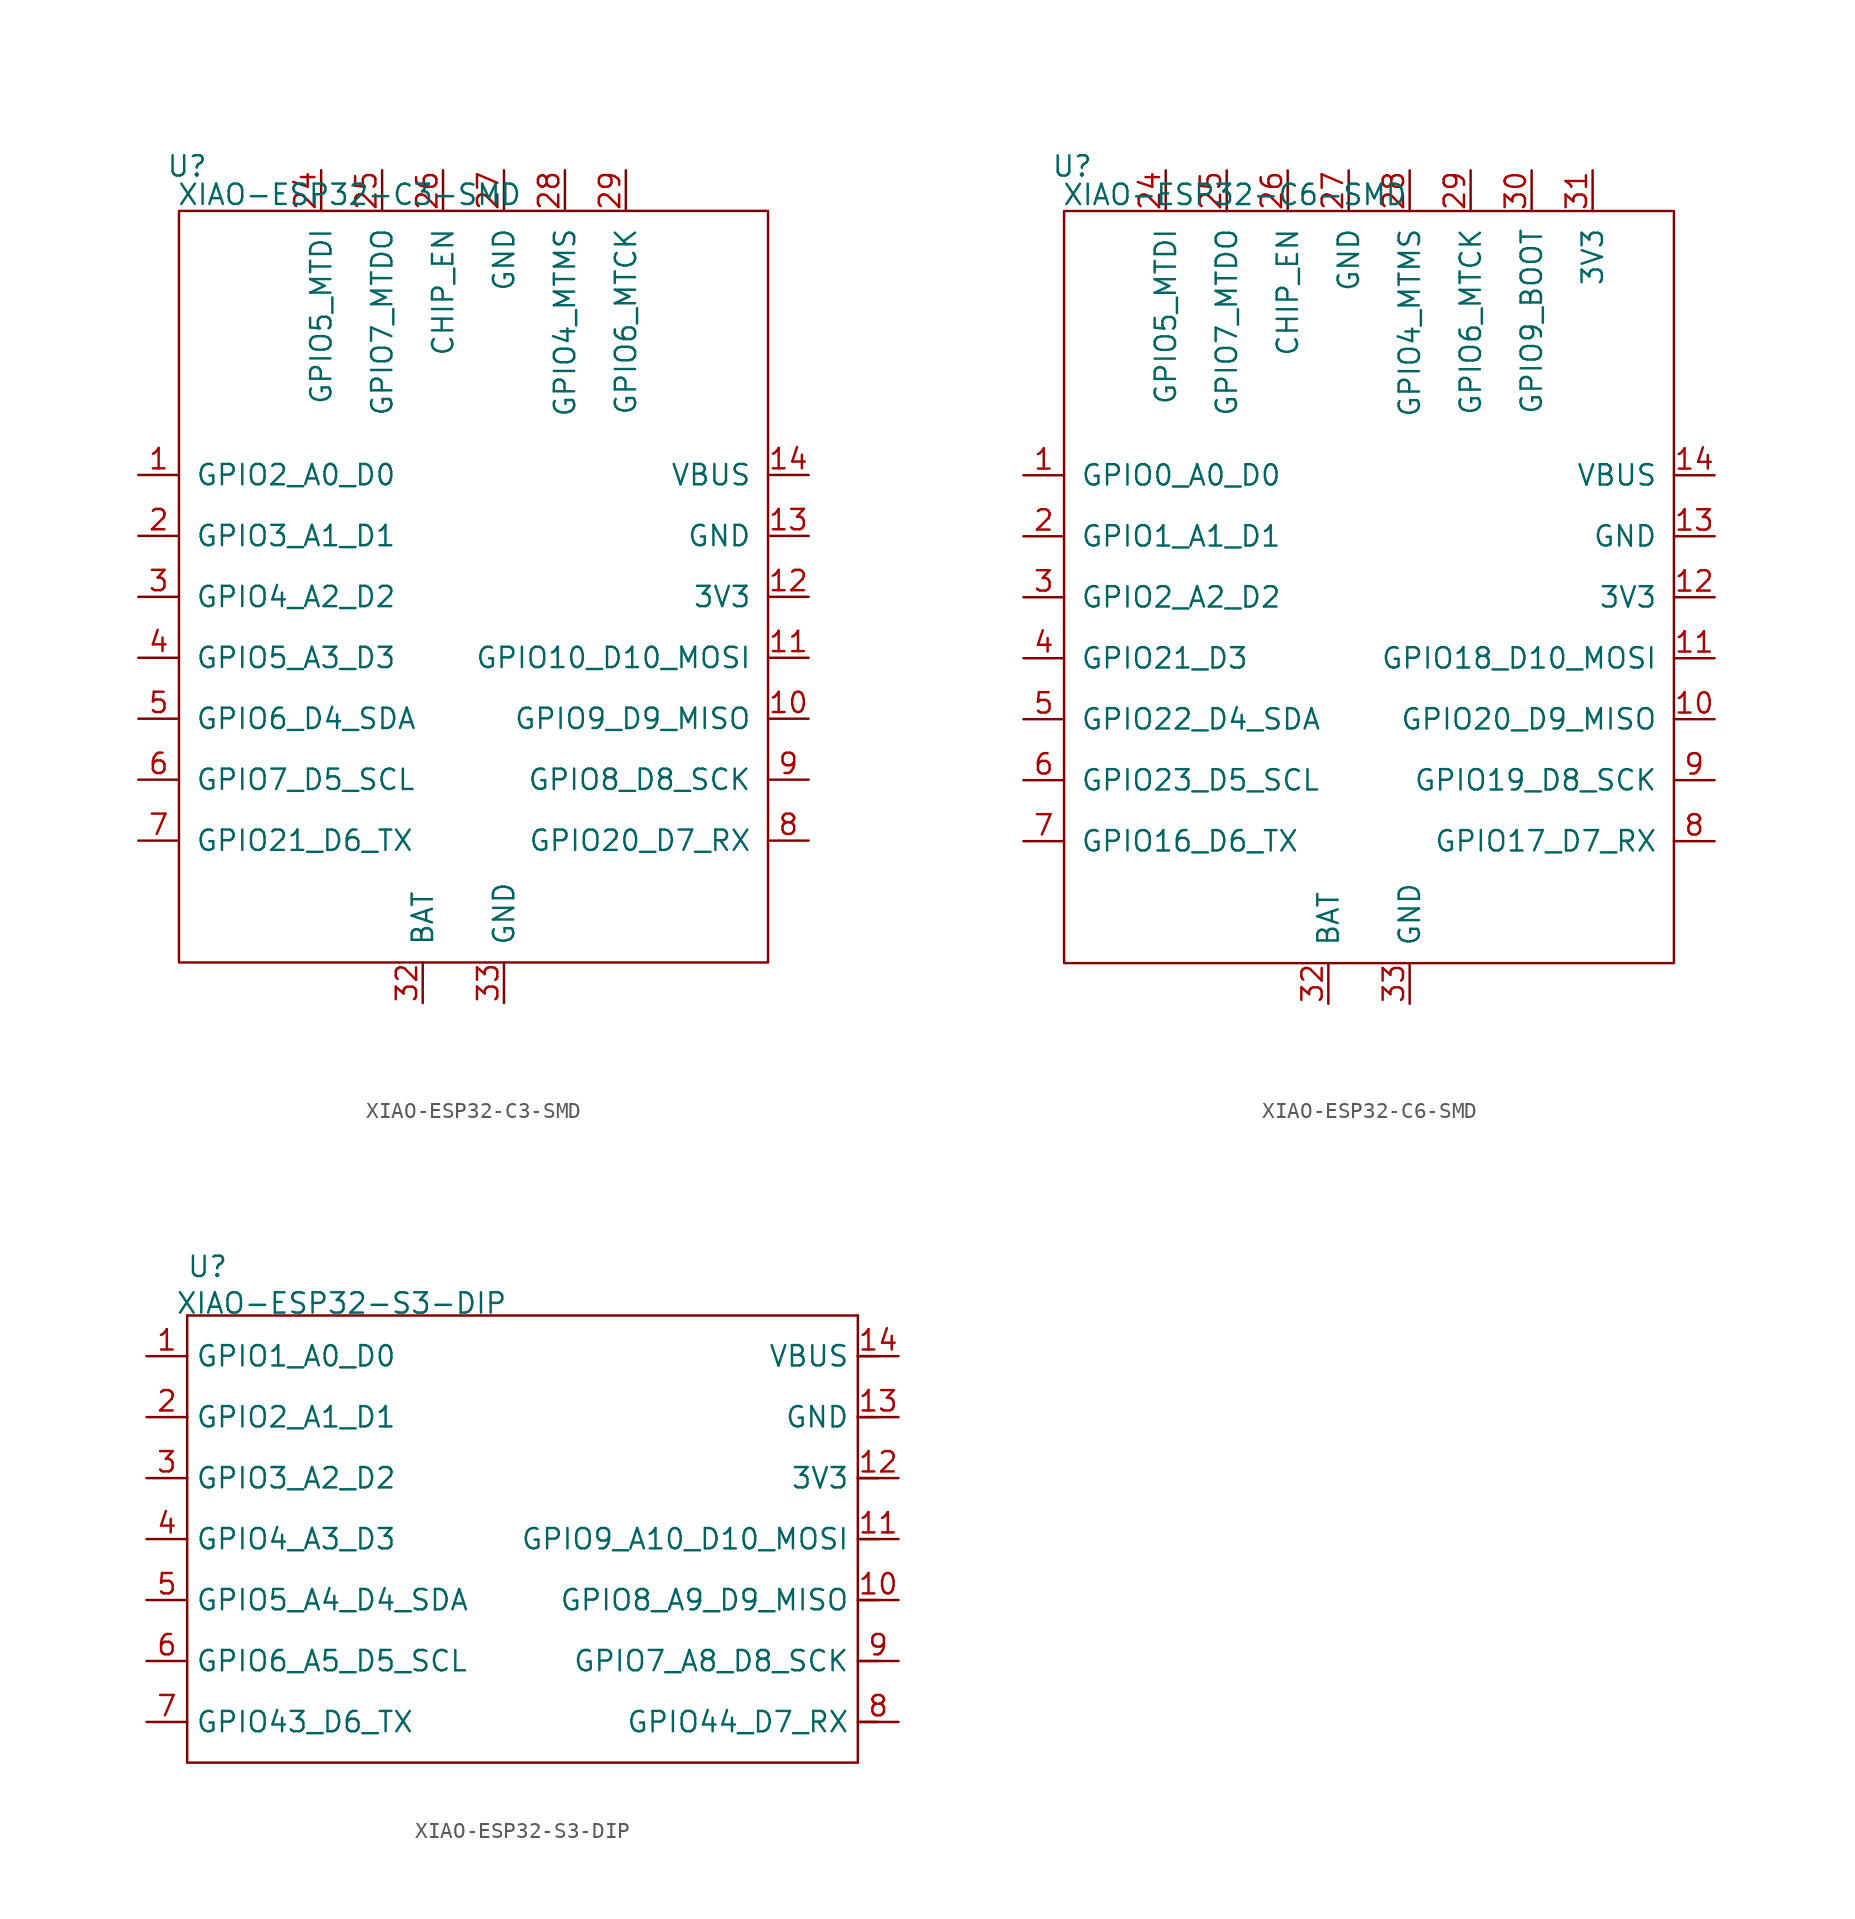
<source format=kicad_sym>
(kicad_symbol_lib
  (version 20241209)
  (generator "kicad_symbol_editor")
  (generator_version "9.0")
  (symbol "XIAO-ESP32-C3-SMD"
    (pin_names
      (offset 1.016))
    (property "Reference" "U"
      (at -18.542 23.114 0)
      (effects (font (size 1.27 1.27))))
    (property "Value" "XIAO-ESP32-C3-SMD"
      (at -8.382 21.336 0)
      (effects (font (size 1.27 1.27))))
    (symbol "XIAO-ESP32-C3-SMD_0_1"
      (rectangle (start -19.05 20.32) (end 17.78 -26.67) (stroke (width 0) (type default)) (fill (type none))))
    (symbol "XIAO-ESP32-C3-SMD_1_1"
      (pin passive line (at -21.59 3.81 0) (length 2.54) (name "GPIO2_A0_D0" (effects (font (size 1.27 1.27)))) (number "1" (effects (font (size 1.27 1.27)))))
      (pin passive line (at -21.59 0 0) (length 2.54) (name "GPIO3_A1_D1" (effects (font (size 1.27 1.27)))) (number "2" (effects (font (size 1.27 1.27)))))
      (pin passive line (at -21.59 -3.81 0) (length 2.54) (name "GPIO4_A2_D2" (effects (font (size 1.27 1.27)))) (number "3" (effects (font (size 1.27 1.27)))))
      (pin passive line (at -21.59 -7.62 0) (length 2.54) (name "GPIO5_A3_D3" (effects (font (size 1.27 1.27)))) (number "4" (effects (font (size 1.27 1.27)))))
      (pin passive line (at -21.59 -11.43 0) (length 2.54) (name "GPIO6_D4_SDA" (effects (font (size 1.27 1.27)))) (number "5" (effects (font (size 1.27 1.27)))))
      (pin passive line (at -21.59 -15.24 0) (length 2.54) (name "GPIO7_D5_SCL" (effects (font (size 1.27 1.27)))) (number "6" (effects (font (size 1.27 1.27)))))
      (pin passive line (at -21.59 -19.05 0) (length 2.54) (name "GPIO21_D6_TX" (effects (font (size 1.27 1.27)))) (number "7" (effects (font (size 1.27 1.27)))))
      (pin passive line (at -10.16 22.86 270) (length 2.54) (name "GPIO5_MTDI" (effects (font (size 1.27 1.27)))) (number "24" (effects (font (size 1.27 1.27)))))
      (pin passive line (at -6.35 22.86 270) (length 2.54) (name "GPIO7_MTDO" (effects (font (size 1.27 1.27)))) (number "25" (effects (font (size 1.27 1.27)))))
      (pin passive line (at -3.81 -29.21 90) (length 2.54) (name "BAT" (effects (font (size 1.27 1.27)))) (number "32" (effects (font (size 1.27 1.27)))))
      (pin passive line (at -2.54 22.86 270) (length 2.54) (name "CHIP_EN" (effects (font (size 1.27 1.27)))) (number "26" (effects (font (size 1.27 1.27)))))
      (pin passive line (at 1.27 22.86 270) (length 2.54) (name "GND" (effects (font (size 1.27 1.27)))) (number "27" (effects (font (size 1.27 1.27)))))
      (pin passive line (at 1.27 -29.21 90) (length 2.54) (name "GND" (effects (font (size 1.27 1.27)))) (number "33" (effects (font (size 1.27 1.27)))))
      (pin passive line (at 5.08 22.86 270) (length 2.54) (name "GPIO4_MTMS" (effects (font (size 1.27 1.27)))) (number "28" (effects (font (size 1.27 1.27)))))
      (pin passive line (at 8.89 22.86 270) (length 2.54) (name "GPIO6_MTCK" (effects (font (size 1.27 1.27)))) (number "29" (effects (font (size 1.27 1.27)))))
      (pin passive line (at 20.32 3.81 180) (length 2.54) (name "VBUS" (effects (font (size 1.27 1.27)))) (number "14" (effects (font (size 1.27 1.27)))))
      (pin passive line (at 20.32 0 180) (length 2.54) (name "GND" (effects (font (size 1.27 1.27)))) (number "13" (effects (font (size 1.27 1.27)))))
      (pin passive line (at 20.32 -3.81 180) (length 2.54) (name "3V3" (effects (font (size 1.27 1.27)))) (number "12" (effects (font (size 1.27 1.27)))))
      (pin passive line (at 20.32 -7.62 180) (length 2.54) (name "GPIO10_D10_MOSI" (effects (font (size 1.27 1.27)))) (number "11" (effects (font (size 1.27 1.27)))))
      (pin passive line (at 20.32 -11.43 180) (length 2.54) (name "GPIO9_D9_MISO" (effects (font (size 1.27 1.27)))) (number "10" (effects (font (size 1.27 1.27)))))
      (pin passive line (at 20.32 -15.24 180) (length 2.54) (name "GPIO8_D8_SCK" (effects (font (size 1.27 1.27)))) (number "9" (effects (font (size 1.27 1.27)))))
      (pin passive line (at 20.32 -19.05 180) (length 2.54) (name "GPIO20_D7_RX" (effects (font (size 1.27 1.27)))) (number "8" (effects (font (size 1.27 1.27)))))))
  (symbol "XIAO-ESP32-C6-SMD"
    (pin_names
      (offset 1.016))
    (property "Reference" "U"
      (at -18.542 23.114 0)
      (effects (font (size 1.27 1.27))))
    (property "Value" "XIAO-ESP32-C6-SMD"
      (at -8.382 21.336 0)
      (effects (font (size 1.27 1.27))))
    (symbol "XIAO-ESP32-C6-SMD_0_1"
      (rectangle (start -19.05 20.32) (end 19.05 -26.67) (stroke (width 0) (type default)) (fill (type none))))
    (symbol "XIAO-ESP32-C6-SMD_1_1"
      (pin passive line (at -21.59 3.81 0) (length 2.54) (name "GPIO0_A0_D0" (effects (font (size 1.27 1.27)))) (number "1" (effects (font (size 1.27 1.27)))))
      (pin passive line (at -21.59 0 0) (length 2.54) (name "GPIO1_A1_D1" (effects (font (size 1.27 1.27)))) (number "2" (effects (font (size 1.27 1.27)))))
      (pin passive line (at -21.59 -3.81 0) (length 2.54) (name "GPIO2_A2_D2" (effects (font (size 1.27 1.27)))) (number "3" (effects (font (size 1.27 1.27)))))
      (pin passive line (at -21.59 -7.62 0) (length 2.54) (name "GPIO21_D3" (effects (font (size 1.27 1.27)))) (number "4" (effects (font (size 1.27 1.27)))))
      (pin passive line (at -21.59 -11.43 0) (length 2.54) (name "GPIO22_D4_SDA" (effects (font (size 1.27 1.27)))) (number "5" (effects (font (size 1.27 1.27)))))
      (pin passive line (at -21.59 -15.24 0) (length 2.54) (name "GPIO23_D5_SCL" (effects (font (size 1.27 1.27)))) (number "6" (effects (font (size 1.27 1.27)))))
      (pin passive line (at -21.59 -19.05 0) (length 2.54) (name "GPIO16_D6_TX" (effects (font (size 1.27 1.27)))) (number "7" (effects (font (size 1.27 1.27)))))
      (pin passive line (at -12.7 22.86 270) (length 2.54) (name "GPIO5_MTDI" (effects (font (size 1.27 1.27)))) (number "24" (effects (font (size 1.27 1.27)))))
      (pin passive line (at -8.89 22.86 270) (length 2.54) (name "GPIO7_MTDO" (effects (font (size 1.27 1.27)))) (number "25" (effects (font (size 1.27 1.27)))))
      (pin passive line (at -5.08 22.86 270) (length 2.54) (name "CHIP_EN" (effects (font (size 1.27 1.27)))) (number "26" (effects (font (size 1.27 1.27)))))
      (pin passive line (at -2.54 -29.21 90) (length 2.54) (name "BAT" (effects (font (size 1.27 1.27)))) (number "32" (effects (font (size 1.27 1.27)))))
      (pin passive line (at -1.27 22.86 270) (length 2.54) (name "GND" (effects (font (size 1.27 1.27)))) (number "27" (effects (font (size 1.27 1.27)))))
      (pin passive line (at 2.54 22.86 270) (length 2.54) (name "GPIO4_MTMS" (effects (font (size 1.27 1.27)))) (number "28" (effects (font (size 1.27 1.27)))))
      (pin passive line (at 2.54 -29.21 90) (length 2.54) (name "GND" (effects (font (size 1.27 1.27)))) (number "33" (effects (font (size 1.27 1.27)))))
      (pin passive line (at 6.35 22.86 270) (length 2.54) (name "GPIO6_MTCK" (effects (font (size 1.27 1.27)))) (number "29" (effects (font (size 1.27 1.27)))))
      (pin passive line (at 10.16 22.86 270) (length 2.54) (name "GPIO9_BOOT" (effects (font (size 1.27 1.27)))) (number "30" (effects (font (size 1.27 1.27)))))
      (pin passive line (at 13.97 22.86 270) (length 2.54) (name "3V3" (effects (font (size 1.27 1.27)))) (number "31" (effects (font (size 1.27 1.27)))))
      (pin passive line (at 21.59 3.81 180) (length 2.54) (name "VBUS" (effects (font (size 1.27 1.27)))) (number "14" (effects (font (size 1.27 1.27)))))
      (pin passive line (at 21.59 0 180) (length 2.54) (name "GND" (effects (font (size 1.27 1.27)))) (number "13" (effects (font (size 1.27 1.27)))))
      (pin passive line (at 21.59 -3.81 180) (length 2.54) (name "3V3" (effects (font (size 1.27 1.27)))) (number "12" (effects (font (size 1.27 1.27)))))
      (pin passive line (at 21.59 -7.62 180) (length 2.54) (name "GPIO18_D10_MOSI" (effects (font (size 1.27 1.27)))) (number "11" (effects (font (size 1.27 1.27)))))
      (pin passive line (at 21.59 -11.43 180) (length 2.54) (name "GPIO20_D9_MISO" (effects (font (size 1.27 1.27)))) (number "10" (effects (font (size 1.27 1.27)))))
      (pin passive line (at 21.59 -15.24 180) (length 2.54) (name "GPIO19_D8_SCK" (effects (font (size 1.27 1.27)))) (number "9" (effects (font (size 1.27 1.27)))))
      (pin passive line (at 21.59 -19.05 180) (length 2.54) (name "GPIO17_D7_RX" (effects (font (size 1.27 1.27)))) (number "8" (effects (font (size 1.27 1.27)))))))
  (symbol "XIAO-ESP32-S3-DIP"
    (property "Reference" "U"
      (at 1.27 0.508 0)
      (effects (font (size 1.27 1.27))))
    (property "Value" "XIAO-ESP32-S3-DIP"
      (at 9.652 -1.778 0)
      (effects (font (size 1.27 1.27))))
    (symbol "XIAO-ESP32-S3-DIP_1_0"
      (polyline (pts (xy 0 -2.54) (xy 41.91 -2.54)) (stroke (width 0.152) (type solid)) (fill (type none)))
      (polyline (pts (xy 0 -5.08) (xy 0 -2.54)) (stroke (width 0.152) (type solid)) (fill (type none)))
      (polyline (pts (xy 0 -8.89) (xy 0 -5.08)) (stroke (width 0.152) (type solid)) (fill (type none)))
      (polyline (pts (xy 0 -12.7) (xy 0 -8.89)) (stroke (width 0.152) (type solid)) (fill (type none)))
      (polyline (pts (xy 0 -16.51) (xy 0 -12.7)) (stroke (width 0.152) (type solid)) (fill (type none)))
      (polyline (pts (xy 0 -30.48) (xy 0 -16.51)) (stroke (width 0.152) (type solid)) (fill (type none)))
      (polyline (pts (xy 41.91 -2.54) (xy 41.91 -5.08)) (stroke (width 0.152) (type solid)) (fill (type none)))
      (polyline (pts (xy 41.91 -5.08) (xy 41.91 -8.89)) (stroke (width 0.152) (type solid)) (fill (type none)))
      (polyline (pts (xy 41.91 -8.89) (xy 41.91 -12.7)) (stroke (width 0.152) (type solid)) (fill (type none)))
      (polyline (pts (xy 41.91 -12.7) (xy 41.91 -30.48)) (stroke (width 0.152) (type solid)) (fill (type none)))
      (polyline (pts (xy 41.91 -30.48) (xy 0 -30.48)) (stroke (width 0.152) (type solid)) (fill (type none)))
      (polyline (pts (xy 43.18 -5.08) (xy 41.91 -5.08)) (stroke (width 0.152) (type solid)) (fill (type none)))
      (polyline (pts (xy 43.18 -8.89) (xy 41.91 -8.89)) (stroke (width 0.152) (type solid)) (fill (type none)))
      (polyline (pts (xy 43.18 -12.7) (xy 41.91 -12.7)) (stroke (width 0.152) (type solid)) (fill (type none)))
      (polyline (pts (xy 43.18 -16.51) (xy 41.91 -16.51)) (stroke (width 0.152) (type solid)) (fill (type none)))
      (polyline (pts (xy 43.18 -20.32) (xy 41.91 -20.32)) (stroke (width 0.152) (type solid)) (fill (type none)))
      (polyline (pts (xy 43.18 -24.13) (xy 41.91 -24.13)) (stroke (width 0.152) (type solid)) (fill (type none)))
      (polyline (pts (xy 43.18 -27.94) (xy 41.91 -27.94)) (stroke (width 0.152) (type solid)) (fill (type none)))
      (pin passive line (at -2.54 -5.08 0) (length 2.54) (name "GPIO1_A0_D0" (effects (font (size 1.27 1.27)))) (number "1" (effects (font (size 1.27 1.27)))))
      (pin passive line (at -2.54 -8.89 0) (length 2.54) (name "GPIO2_A1_D1" (effects (font (size 1.27 1.27)))) (number "2" (effects (font (size 1.27 1.27)))))
      (pin passive line (at -2.54 -12.7 0) (length 2.54) (name "GPIO3_A2_D2" (effects (font (size 1.27 1.27)))) (number "3" (effects (font (size 1.27 1.27)))))
      (pin passive line (at -2.54 -16.51 0) (length 2.54) (name "GPIO4_A3_D3" (effects (font (size 1.27 1.27)))) (number "4" (effects (font (size 1.27 1.27)))))
      (pin passive line (at -2.54 -20.32 0) (length 2.54) (name "GPIO5_A4_D4_SDA" (effects (font (size 1.27 1.27)))) (number "5" (effects (font (size 1.27 1.27)))))
      (pin passive line (at -2.54 -24.13 0) (length 2.54) (name "GPIO6_A5_D5_SCL" (effects (font (size 1.27 1.27)))) (number "6" (effects (font (size 1.27 1.27)))))
      (pin passive line (at -2.54 -27.94 0) (length 2.54) (name "GPIO43_D6_TX" (effects (font (size 1.27 1.27)))) (number "7" (effects (font (size 1.27 1.27)))))
      (pin passive line (at 44.45 -5.08 180) (length 2.54) (name "VBUS" (effects (font (size 1.27 1.27)))) (number "14" (effects (font (size 1.27 1.27)))))
      (pin passive line (at 44.45 -8.89 180) (length 2.54) (name "GND" (effects (font (size 1.27 1.27)))) (number "13" (effects (font (size 1.27 1.27)))))
      (pin passive line (at 44.45 -12.7 180) (length 2.54) (name "3V3" (effects (font (size 1.27 1.27)))) (number "12" (effects (font (size 1.27 1.27)))))
      (pin passive line (at 44.45 -16.51 180) (length 2.54) (name "GPIO9_A10_D10_MOSI" (effects (font (size 1.27 1.27)))) (number "11" (effects (font (size 1.27 1.27)))))
      (pin passive line (at 44.45 -20.32 180) (length 2.54) (name "GPIO8_A9_D9_MISO" (effects (font (size 1.27 1.27)))) (number "10" (effects (font (size 1.27 1.27)))))
      (pin passive line (at 44.45 -24.13 180) (length 2.54) (name "GPIO7_A8_D8_SCK" (effects (font (size 1.27 1.27)))) (number "9" (effects (font (size 1.27 1.27)))))
      (pin passive line (at 44.45 -27.94 180) (length 2.54) (name "GPIO44_D7_RX" (effects (font (size 1.27 1.27)))) (number "8" (effects (font (size 1.27 1.27))))))))
</source>
